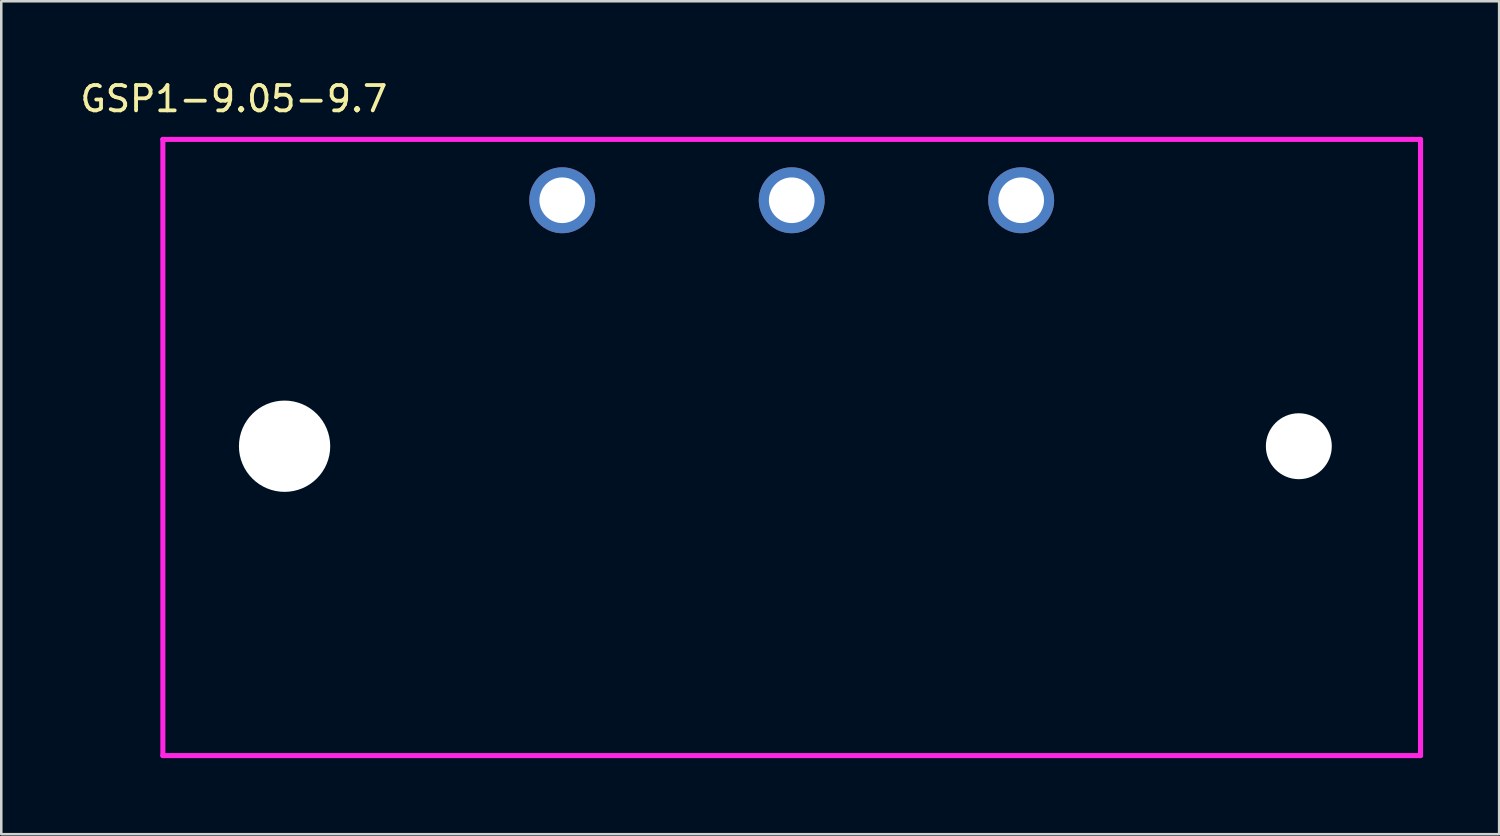
<source format=kicad_pcb>
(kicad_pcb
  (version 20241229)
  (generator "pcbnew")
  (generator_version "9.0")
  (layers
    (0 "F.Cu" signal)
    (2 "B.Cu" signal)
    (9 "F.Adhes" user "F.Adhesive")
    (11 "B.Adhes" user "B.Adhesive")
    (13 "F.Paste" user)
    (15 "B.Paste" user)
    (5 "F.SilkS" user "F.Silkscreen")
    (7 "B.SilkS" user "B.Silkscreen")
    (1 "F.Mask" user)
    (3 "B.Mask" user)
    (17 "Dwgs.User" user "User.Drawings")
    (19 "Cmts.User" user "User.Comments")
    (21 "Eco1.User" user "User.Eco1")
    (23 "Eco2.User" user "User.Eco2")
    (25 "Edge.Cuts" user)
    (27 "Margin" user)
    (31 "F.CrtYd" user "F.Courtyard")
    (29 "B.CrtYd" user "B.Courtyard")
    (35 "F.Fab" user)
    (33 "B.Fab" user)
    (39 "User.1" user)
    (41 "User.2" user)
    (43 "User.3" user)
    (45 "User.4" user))
  (footprint "GSP1-9.05-9.7"
    (layer "F.Cu")
    (at 28.173 4.848)
    (property "Reference" "GSP1-9.05-9.7" (at -22 -4 0) (layer "F.SilkS") (effects (font (size 1 1) (thickness 0.15))))
    (attr through_hole)
    (fp_line (start -24.8 -2.4) (end 24.8 -2.4) (stroke (width 0.2) (type solid)) (layer "F.CrtYd"))
    (fp_line (start -24.8 21.9) (end -24.8 -2.4) (stroke (width 0.2) (type solid)) (layer "F.CrtYd"))
    (fp_line (start -24.8 21.9) (end 24.8 21.9) (stroke (width 0.2) (type solid)) (layer "F.CrtYd"))
    (fp_line (start 24.8 21.9) (end 24.8 -2.4) (stroke (width 0.2) (type solid)) (layer "F.CrtYd"))
    (pad "" np_thru_hole circle (at -20 9.7) (size 3.6 3.6) (drill 3.6) (layers "*.Cu" "*.Mask"))
    (pad "" np_thru_hole circle (at 20 9.7) (size 2.6 2.6) (drill 2.6) (layers "*.Cu" "*.Mask"))
    (pad "G" thru_hole circle (at 0 0) (size 2.6 2.6) (drill 1.8) (layers "*.Cu" "*.Mask"))
    (pad "L" thru_hole circle (at 9.05 0) (size 2.6 2.6) (drill 1.8) (layers "*.Cu" "*.Mask"))
    (pad "N" thru_hole circle (at -9.05 0) (size 2.6 2.6) (drill 1.8) (layers "*.Cu" "*.Mask")))
  (gr_rect
    (start -3 -3)
    (end 56.073 29.848)
    (stroke (width 0.1) (type default))
    (fill no)
    (layer "Edge.Cuts")))
</source>
